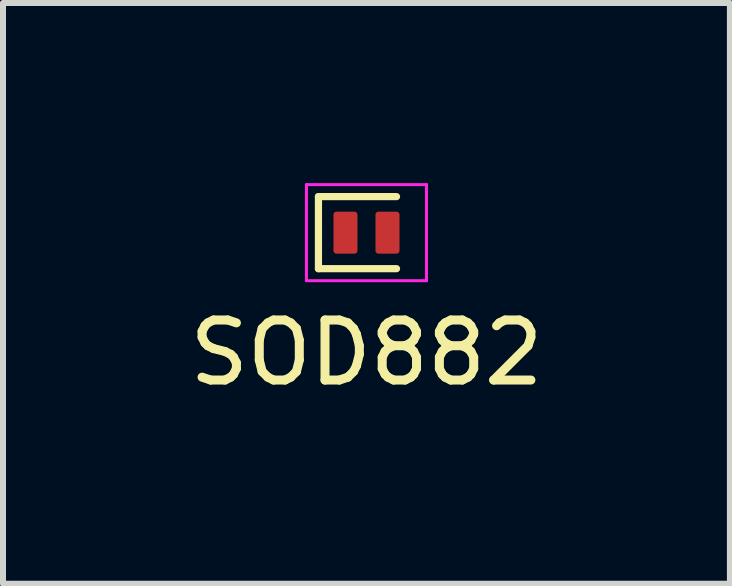
<source format=kicad_pcb>
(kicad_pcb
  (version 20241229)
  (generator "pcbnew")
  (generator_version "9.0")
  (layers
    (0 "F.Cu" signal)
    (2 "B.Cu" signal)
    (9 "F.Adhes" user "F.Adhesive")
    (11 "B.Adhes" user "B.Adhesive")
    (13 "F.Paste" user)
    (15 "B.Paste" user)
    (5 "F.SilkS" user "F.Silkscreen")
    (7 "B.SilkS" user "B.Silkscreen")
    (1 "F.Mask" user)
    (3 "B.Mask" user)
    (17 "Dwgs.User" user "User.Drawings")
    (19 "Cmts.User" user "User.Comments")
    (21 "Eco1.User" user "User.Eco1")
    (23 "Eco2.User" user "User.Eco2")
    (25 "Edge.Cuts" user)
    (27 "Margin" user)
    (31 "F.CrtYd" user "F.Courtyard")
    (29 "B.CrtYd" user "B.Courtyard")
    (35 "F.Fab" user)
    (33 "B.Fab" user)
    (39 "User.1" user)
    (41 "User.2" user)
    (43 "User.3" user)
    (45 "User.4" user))
  (footprint "SOD882"
    (layer "F.Cu")
    (at 3.054 0.825)
    (property "Reference" "SOD882" (at 0 2 0) (layer "F.SilkS") (effects (font (size 1 1) (thickness 0.15))))
    (attr smd)
    (fp_line (start -0.8 -0.6) (end -0.8 0.6) (stroke (width 0.12) (type solid)) (layer "F.SilkS"))
    (fp_line (start -0.8 0.6) (end 0.5 0.6) (stroke (width 0.12) (type solid)) (layer "F.SilkS"))
    (fp_line (start 0.5 -0.6) (end -0.8 -0.6) (stroke (width 0.12) (type solid)) (layer "F.SilkS"))
    (fp_line (start -1 -0.8) (end 1 -0.8) (stroke (width 0.05) (type solid)) (layer "F.CrtYd"))
    (fp_line (start -1 0.8) (end -1 -0.8) (stroke (width 0.05) (type solid)) (layer "F.CrtYd"))
    (fp_line (start 1 -0.8) (end 1 0.8) (stroke (width 0.05) (type solid)) (layer "F.CrtYd"))
    (fp_line (start 1 0.8) (end -1 0.8) (stroke (width 0.05) (type solid)) (layer "F.CrtYd"))
    (pad "1" smd roundrect (at -0.35 0) (size 0.4 0.7) (layers "F.Cu" "F.Mask" "F.Paste") (roundrect_rratio 0.125))
    (pad "2" smd roundrect (at 0.35 0) (size 0.4 0.7) (layers "F.Cu" "F.Mask" "F.Paste") (roundrect_rratio 0.125)))
  (gr_rect
    (start -3 -3)
    (end 9.107 6.673)
    (stroke (width 0.1) (type default))
    (fill no)
    (layer "Edge.Cuts")))
</source>
